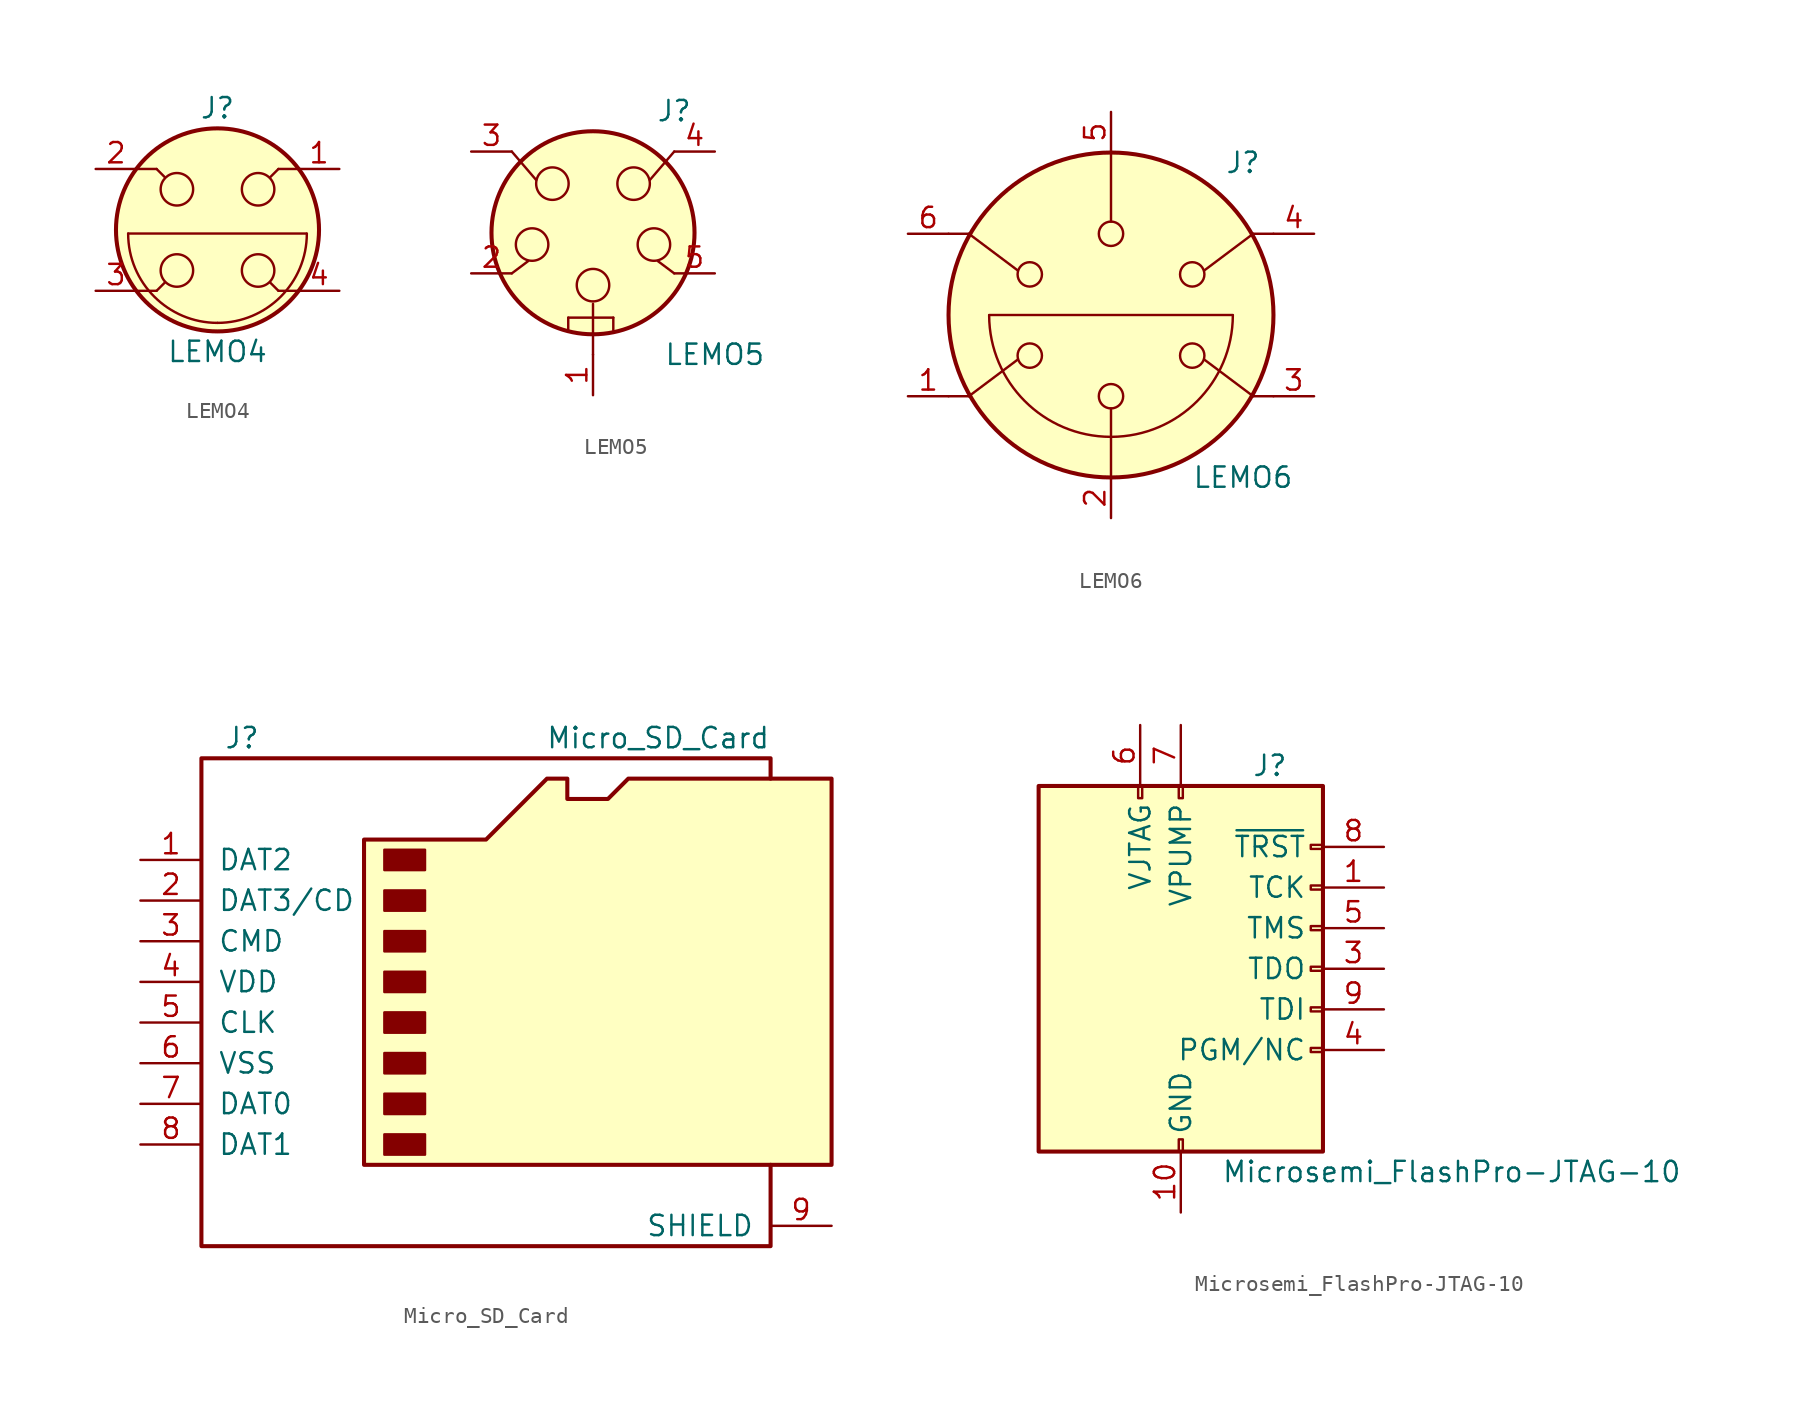
<source format=kicad_sym>
(kicad_symbol_lib
  (version 20241209)
  (generator "kicad_symbol_editor")
  (generator_version "9.0")
  (symbol "LEMO4"
    (pin_names
      (offset 1.016)
      (hide yes))
    (property "Reference" "J"
      (at 0 7.62 0)
      (effects (font (size 1.27 1.27))))
    (property "Value" "LEMO4"
      (at 0 -7.62 0)
      (effects (font (size 1.27 1.27))))
    (symbol "LEMO4_0_1"
      (polyline (pts (xy -5.588 -0.229) (xy 5.563 -0.229)) (stroke (width 0) (type default)) (fill (type none)))
      (polyline (pts (xy -5.08 -3.81) (xy -3.81 -3.81)) (stroke (width 0) (type default)) (fill (type none)))
      (polyline (pts (xy -3.81 3.81) (xy -5.08 3.81)) (stroke (width 0) (type default)) (fill (type none)))
      (polyline (pts (xy -3.81 3.81) (xy -3.302 3.302)) (stroke (width 0) (type default)) (fill (type none)))
      (polyline (pts (xy -3.81 -3.81) (xy -3.302 -3.302)) (stroke (width 0) (type default)) (fill (type none)))
      (circle (center -2.54 2.54) (radius 1.016) (stroke (width 0) (type default)) (fill (type none)))
      (circle (center -2.54 -2.54) (radius 1.016) (stroke (width 0) (type default)) (fill (type none)))
      (circle (center 0 0) (radius 6.35) (stroke (width 0.254) (type default)) (fill (type background)))
      (arc (start 0 -5.8166) (mid -3.9513 -4.1799) (end -5.588 -0.2286) (stroke (width 0) (type default)) (fill (type none)))
      (arc (start 5.588 -0.2286) (mid 3.9513 -4.1799) (end 0 -5.8166) (stroke (width 0) (type default)) (fill (type none)))
      (circle (center 2.54 2.54) (radius 1.016) (stroke (width 0) (type default)) (fill (type none)))
      (circle (center 2.54 -2.54) (radius 1.016) (stroke (width 0) (type default)) (fill (type none)))
      (polyline (pts (xy 3.81 3.81) (xy 3.302 3.302)) (stroke (width 0) (type default)) (fill (type none)))
      (polyline (pts (xy 3.81 -3.81) (xy 3.302 -3.302)) (stroke (width 0) (type default)) (fill (type none)))
      (polyline (pts (xy 5.08 3.81) (xy 3.81 3.81)) (stroke (width 0) (type default)) (fill (type none)))
      (polyline (pts (xy 5.08 -3.81) (xy 3.81 -3.81)) (stroke (width 0) (type default)) (fill (type none))))
    (symbol "LEMO4_1_1"
      (pin passive line (at -7.62 3.81 0) (length 2.54) (name "~" (effects (font (size 1.27 1.27)))) (number "2" (effects (font (size 1.27 1.27)))))
      (pin passive line (at -7.62 -3.81 0) (length 2.54) (name "~" (effects (font (size 1.27 1.27)))) (number "3" (effects (font (size 1.27 1.27)))))
      (pin passive line (at 7.62 3.81 180) (length 2.54) (name "~" (effects (font (size 1.27 1.27)))) (number "1" (effects (font (size 1.27 1.27)))))
      (pin passive line (at 7.62 -3.81 180) (length 2.54) (name "~" (effects (font (size 1.27 1.27)))) (number "4" (effects (font (size 1.27 1.27)))))))
  (symbol "LEMO5"
    (pin_names
      (offset 1.016)
      (hide yes))
    (property "Reference" "J"
      (at 5.08 7.62 0)
      (effects (font (size 1.27 1.27))))
    (property "Value" "LEMO5"
      (at 7.62 -7.62 0)
      (effects (font (size 1.27 1.27))))
    (symbol "LEMO5_0_1"
      (polyline (pts (xy -5.08 5.08) (xy -3.556 3.302)) (stroke (width 0) (type default)) (fill (type none)))
      (polyline (pts (xy -5.08 -2.54) (xy -4.064 -1.778)) (stroke (width 0) (type default)) (fill (type none)))
      (circle (center -3.81 -0.737) (radius 1.016) (stroke (width 0) (type default)) (fill (type none)))
      (circle (center -2.54 3.073) (radius 1.016) (stroke (width 0) (type default)) (fill (type none)))
      (polyline (pts (xy -1.549 -5.309) (xy 1.27 -5.309)) (stroke (width 0) (type default)) (fill (type none)))
      (polyline (pts (xy -1.549 -6.096) (xy -1.549 -5.309)) (stroke (width 0) (type default)) (fill (type none)))
      (circle (center 0 0) (radius 6.35) (stroke (width 0.254) (type default)) (fill (type background)))
      (circle (center 0 -3.277) (radius 1.016) (stroke (width 0) (type default)) (fill (type none)))
      (polyline (pts (xy 0 -7.62) (xy 0 -4.445)) (stroke (width 0) (type default)) (fill (type none)))
      (polyline (pts (xy 1.27 -5.309) (xy 1.27 -6.096)) (stroke (width 0) (type default)) (fill (type none)))
      (circle (center 2.54 3.073) (radius 1.016) (stroke (width 0) (type default)) (fill (type none)))
      (circle (center 3.81 -0.737) (radius 1.016) (stroke (width 0) (type default)) (fill (type none)))
      (polyline (pts (xy 5.08 5.08) (xy 3.556 3.302)) (stroke (width 0) (type default)) (fill (type none)))
      (polyline (pts (xy 5.08 -2.54) (xy 4.064 -1.778)) (stroke (width 0) (type default)) (fill (type none))))
    (symbol "LEMO5_1_1"
      (pin passive line (at -7.62 5.08 0) (length 2.54) (name "~" (effects (font (size 1.27 1.27)))) (number "3" (effects (font (size 1.27 1.27)))))
      (pin passive line (at -7.62 -2.54 0) (length 2.54) (name "~" (effects (font (size 1.27 1.27)))) (number "2" (effects (font (size 1.27 1.27)))))
      (pin passive line (at 0 -10.16 90) (length 2.54) (name "~" (effects (font (size 1.27 1.27)))) (number "1" (effects (font (size 1.27 1.27)))))
      (pin passive line (at 7.62 5.08 180) (length 2.54) (name "~" (effects (font (size 1.27 1.27)))) (number "4" (effects (font (size 1.27 1.27)))))
      (pin passive line (at 7.62 -2.54 180) (length 2.54) (name "~" (effects (font (size 1.27 1.27)))) (number "5" (effects (font (size 1.27 1.27)))))))
  (symbol "LEMO6"
    (pin_names
      (offset 1.016)
      (hide yes))
    (property "Reference" "J"
      (at 8.255 9.525 0)
      (effects (font (size 1.27 1.27))))
    (property "Value" "LEMO6"
      (at 8.255 -10.16 0)
      (effects (font (size 1.27 1.27))))
    (symbol "LEMO6_0_1"
      (polyline (pts (xy -10.16 5.08) (xy -8.89 5.08)) (stroke (width 0) (type default)) (fill (type none)))
      (polyline (pts (xy -8.89 5.08) (xy -5.842 2.794)) (stroke (width 0) (type default)) (fill (type none)))
      (polyline (pts (xy -8.89 -5.08) (xy -10.16 -5.08)) (stroke (width 0) (type default)) (fill (type none)))
      (polyline (pts (xy -8.89 -5.08) (xy -5.842 -2.794)) (stroke (width 0) (type default)) (fill (type none)))
      (polyline (pts (xy -7.62 0) (xy 7.62 0)) (stroke (width 0) (type default)) (fill (type none)))
      (circle (center -5.08 2.54) (radius 0.762) (stroke (width 0) (type default)) (fill (type none)))
      (circle (center -5.08 -2.54) (radius 0.762) (stroke (width 0) (type default)) (fill (type none)))
      (arc (start -0.0254 -7.62) (mid -5.3882 -5.3882) (end -7.62 -0.0254) (stroke (width 0) (type default)) (fill (type none)))
      (polyline (pts (xy 0 10.16) (xy 0 5.842)) (stroke (width 0) (type default)) (fill (type none)))
      (circle (center 0 5.08) (radius 0.762) (stroke (width 0) (type default)) (fill (type none)))
      (circle (center 0 0) (radius 10.16) (stroke (width 0.254) (type default)) (fill (type background)))
      (arc (start 7.62 -0.0254) (mid 5.3882 -5.3882) (end 0.0254 -7.62) (stroke (width 0) (type default)) (fill (type none)))
      (circle (center 0 -5.08) (radius 0.762) (stroke (width 0) (type default)) (fill (type none)))
      (polyline (pts (xy 0 -10.16) (xy 0 -5.842)) (stroke (width 0) (type default)) (fill (type none)))
      (circle (center 5.08 2.54) (radius 0.762) (stroke (width 0) (type default)) (fill (type none)))
      (circle (center 5.08 -2.54) (radius 0.762) (stroke (width 0) (type default)) (fill (type none)))
      (polyline (pts (xy 8.89 5.08) (xy 5.842 2.794)) (stroke (width 0) (type default)) (fill (type none)))
      (polyline (pts (xy 8.89 -5.08) (xy 5.842 -2.794)) (stroke (width 0) (type default)) (fill (type none)))
      (polyline (pts (xy 8.89 -5.08) (xy 10.16 -5.08)) (stroke (width 0) (type default)) (fill (type none)))
      (polyline (pts (xy 10.16 5.08) (xy 8.89 5.08)) (stroke (width 0) (type default)) (fill (type none))))
    (symbol "LEMO6_1_1"
      (pin passive line (at -12.7 5.08 0) (length 2.54) (name "~" (effects (font (size 1.27 1.27)))) (number "6" (effects (font (size 1.27 1.27)))))
      (pin passive line (at -12.7 -5.08 0) (length 2.54) (name "~" (effects (font (size 1.27 1.27)))) (number "1" (effects (font (size 1.27 1.27)))))
      (pin passive line (at 0 12.7 270) (length 2.54) (name "~" (effects (font (size 1.27 1.27)))) (number "5" (effects (font (size 1.27 1.27)))))
      (pin passive line (at 0 -12.7 90) (length 2.54) (name "~" (effects (font (size 1.27 1.27)))) (number "2" (effects (font (size 1.27 1.27)))))
      (pin passive line (at 12.7 5.08 180) (length 2.54) (name "~" (effects (font (size 1.27 1.27)))) (number "4" (effects (font (size 1.27 1.27)))))
      (pin passive line (at 12.7 -5.08 180) (length 2.54) (name "~" (effects (font (size 1.27 1.27)))) (number "3" (effects (font (size 1.27 1.27)))))))
  (symbol "Micro_SD_Card"
    (pin_names
      (offset 1.016))
    (property "Reference" "J"
      (at -16.51 15.24 0)
      (effects (font (size 1.27 1.27))))
    (property "Value" "Micro_SD_Card"
      (at 16.51 15.24 0)
      (effects (font (size 1.27 1.27)) (justify right)))
    (symbol "Micro_SD_Card_0_1"
      (polyline (pts (xy -8.89 -11.43) (xy -8.89 8.89) (xy -1.27 8.89) (xy 2.54 12.7) (xy 3.81 12.7) (xy 3.81 11.43) (xy 6.35 11.43) (xy 7.62 12.7) (xy 20.32 12.7) (xy 20.32 -11.43) (xy -8.89 -11.43)) (stroke (width 0.254) (type default)) (fill (type background)))
      (rectangle (start -7.62 8.255) (end -5.08 6.985) (stroke (width 0) (type default)) (fill (type outline)))
      (rectangle (start -7.62 5.715) (end -5.08 4.445) (stroke (width 0) (type default)) (fill (type outline)))
      (rectangle (start -7.62 3.175) (end -5.08 1.905) (stroke (width 0) (type default)) (fill (type outline)))
      (rectangle (start -7.62 0.635) (end -5.08 -0.635) (stroke (width 0) (type default)) (fill (type outline)))
      (rectangle (start -7.62 -1.905) (end -5.08 -3.175) (stroke (width 0) (type default)) (fill (type outline)))
      (rectangle (start -7.62 -4.445) (end -5.08 -5.715) (stroke (width 0) (type default)) (fill (type outline)))
      (rectangle (start -7.62 -6.985) (end -5.08 -8.255) (stroke (width 0) (type default)) (fill (type outline)))
      (rectangle (start -7.62 -9.525) (end -5.08 -10.795) (stroke (width 0) (type default)) (fill (type outline)))
      (polyline (pts (xy 16.51 12.7) (xy 16.51 13.97) (xy -19.05 13.97) (xy -19.05 -16.51) (xy 16.51 -16.51) (xy 16.51 -11.43)) (stroke (width 0.254) (type default)) (fill (type none))))
    (symbol "Micro_SD_Card_1_1"
      (pin bidirectional line (at -22.86 7.62 0) (length 3.81) (name "DAT2" (effects (font (size 1.27 1.27)))) (number "1" (effects (font (size 1.27 1.27)))))
      (pin bidirectional line (at -22.86 5.08 0) (length 3.81) (name "DAT3/CD" (effects (font (size 1.27 1.27)))) (number "2" (effects (font (size 1.27 1.27)))))
      (pin input line (at -22.86 2.54 0) (length 3.81) (name "CMD" (effects (font (size 1.27 1.27)))) (number "3" (effects (font (size 1.27 1.27)))))
      (pin power_in line (at -22.86 0 0) (length 3.81) (name "VDD" (effects (font (size 1.27 1.27)))) (number "4" (effects (font (size 1.27 1.27)))))
      (pin input line (at -22.86 -2.54 0) (length 3.81) (name "CLK" (effects (font (size 1.27 1.27)))) (number "5" (effects (font (size 1.27 1.27)))))
      (pin power_in line (at -22.86 -5.08 0) (length 3.81) (name "VSS" (effects (font (size 1.27 1.27)))) (number "6" (effects (font (size 1.27 1.27)))))
      (pin bidirectional line (at -22.86 -7.62 0) (length 3.81) (name "DAT0" (effects (font (size 1.27 1.27)))) (number "7" (effects (font (size 1.27 1.27)))))
      (pin bidirectional line (at -22.86 -10.16 0) (length 3.81) (name "DAT1" (effects (font (size 1.27 1.27)))) (number "8" (effects (font (size 1.27 1.27)))))
      (pin passive line (at 20.32 -15.24 180) (length 3.81) (name "SHIELD" (effects (font (size 1.27 1.27)))) (number "9" (effects (font (size 1.27 1.27)))))))
  (symbol "Microsemi_FlashPro-JTAG-10"
    (pin_names
      (offset 1.016))
    (property "Reference" "J"
      (at 4.445 12.7 0)
      (effects (font (size 1.27 1.27)) (justify left)))
    (property "Value" "Microsemi_FlashPro-JTAG-10"
      (at 2.54 -12.7 0)
      (effects (font (size 1.27 1.27)) (justify left)))
    (symbol "Microsemi_FlashPro-JTAG-10_0_1"
      (rectangle (start -2.667 11.43) (end -2.413 10.668) (stroke (width 0) (type default)) (fill (type none)))
      (rectangle (start -0.127 11.43) (end 0.127 10.668) (stroke (width 0) (type default)) (fill (type none)))
      (rectangle (start -0.127 -10.668) (end 0.127 -11.43) (stroke (width 0) (type default)) (fill (type none)))
      (rectangle (start 8.89 11.43) (end -8.89 -11.43) (stroke (width 0.254) (type default)) (fill (type background)))
      (rectangle (start 8.89 7.747) (end 8.128 7.493) (stroke (width 0) (type default)) (fill (type none)))
      (rectangle (start 8.89 5.207) (end 8.128 4.953) (stroke (width 0) (type default)) (fill (type none)))
      (rectangle (start 8.89 2.667) (end 8.128 2.413) (stroke (width 0) (type default)) (fill (type none)))
      (rectangle (start 8.89 0.127) (end 8.128 -0.127) (stroke (width 0) (type default)) (fill (type none)))
      (rectangle (start 8.89 -2.413) (end 8.128 -2.667) (stroke (width 0) (type default)) (fill (type none)))
      (rectangle (start 8.89 -4.953) (end 8.128 -5.207) (stroke (width 0) (type default)) (fill (type none))))
    (symbol "Microsemi_FlashPro-JTAG-10_1_1"
      (pin power_in line (at -2.54 15.24 270) (length 3.81) (name "VJTAG" (effects (font (size 1.27 1.27)))) (number "6" (effects (font (size 1.27 1.27)))))
      (pin power_out line (at 0 15.24 270) (length 3.81) (name "VPUMP" (effects (font (size 1.27 1.27)))) (number "7" (effects (font (size 1.27 1.27)))))
      (pin power_in line (at 0 -15.24 90) (length 3.81) (name "GND" (effects (font (size 1.27 1.27)))) (number "10" (effects (font (size 1.27 1.27)))))
      (pin passive line (at 0 -15.24 90) (length 3.81) (hide yes) (name "GND" (effects (font (size 1.27 1.27)))) (number "2" (effects (font (size 1.27 1.27)))))
      (pin passive line (at 12.7 7.62 180) (length 3.81) (name "~{TRST}" (effects (font (size 1.27 1.27)))) (number "8" (effects (font (size 1.27 1.27)))))
      (pin passive line (at 12.7 5.08 180) (length 3.81) (name "TCK" (effects (font (size 1.27 1.27)))) (number "1" (effects (font (size 1.27 1.27)))))
      (pin passive line (at 12.7 2.54 180) (length 3.81) (name "TMS" (effects (font (size 1.27 1.27)))) (number "5" (effects (font (size 1.27 1.27)))))
      (pin passive line (at 12.7 0 180) (length 3.81) (name "TDO" (effects (font (size 1.27 1.27)))) (number "3" (effects (font (size 1.27 1.27)))))
      (pin passive line (at 12.7 -2.54 180) (length 3.81) (name "TDI" (effects (font (size 1.27 1.27)))) (number "9" (effects (font (size 1.27 1.27)))))
      (pin passive line (at 12.7 -5.08 180) (length 3.81) (name "PGM/NC" (effects (font (size 1.27 1.27)))) (number "4" (effects (font (size 1.27 1.27))))))))
</source>
